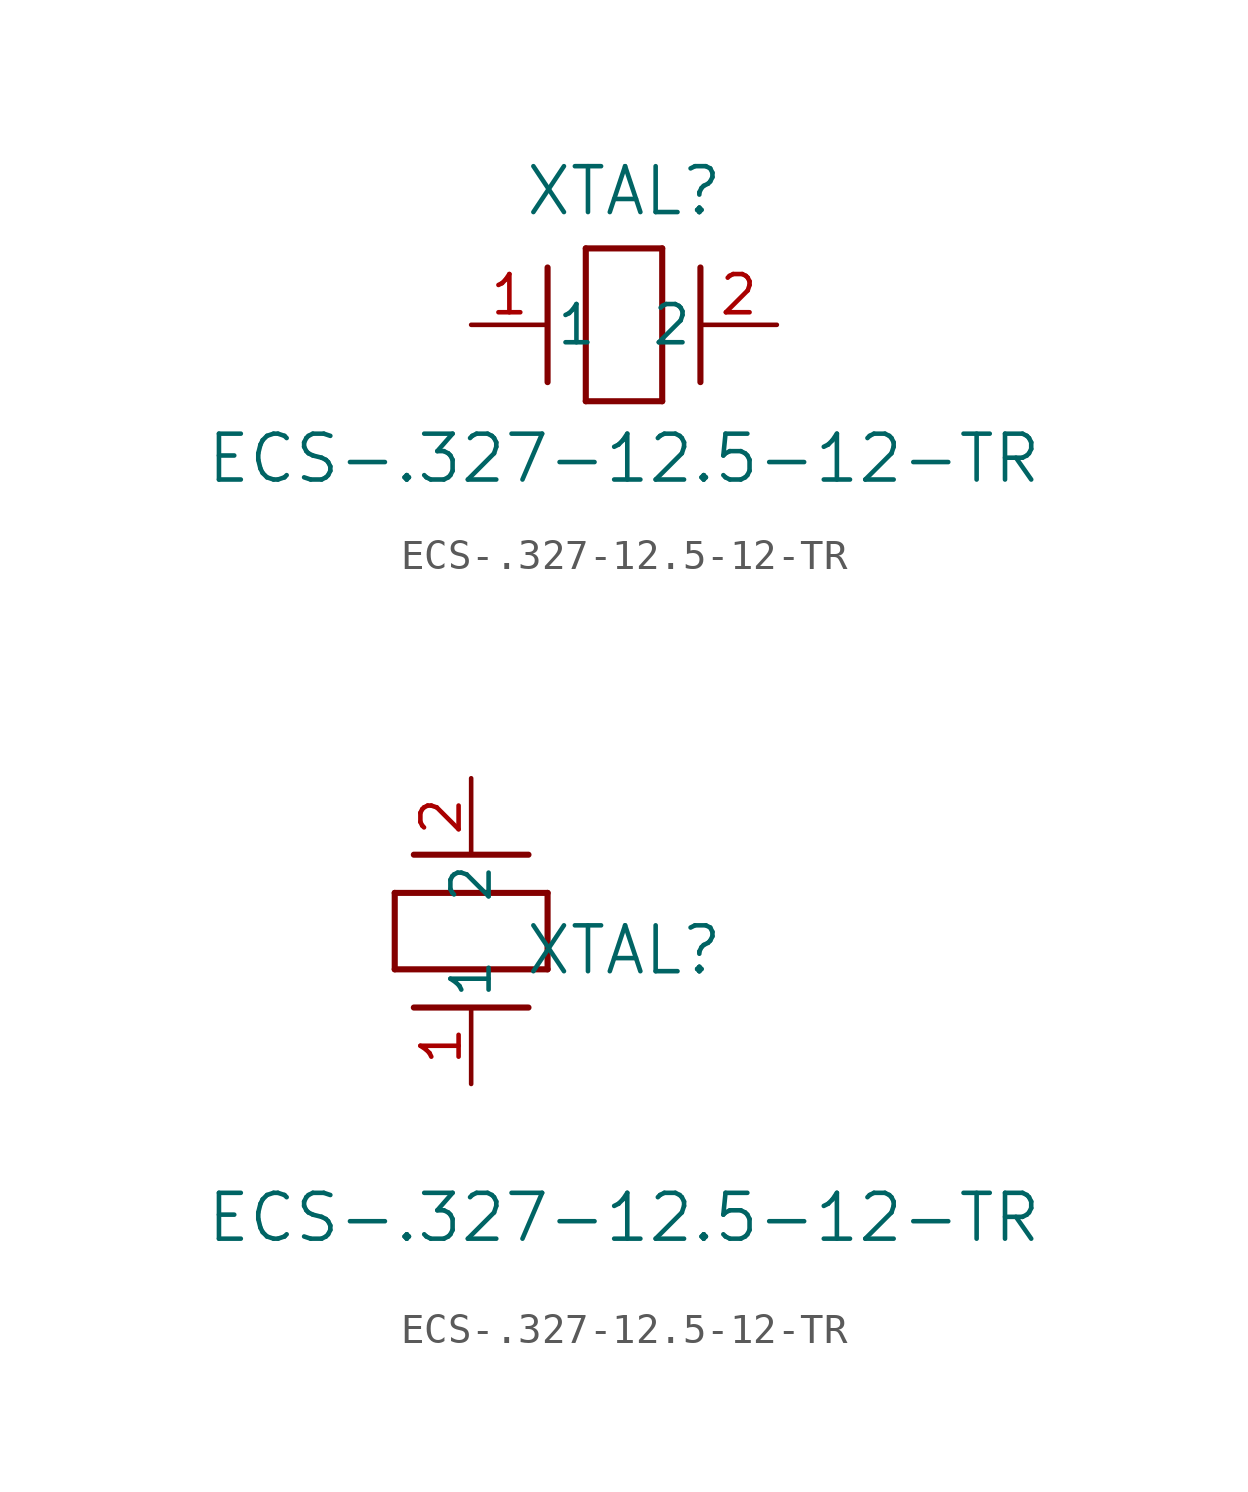
<source format=kicad_sym>
(kicad_symbol_lib
  (version 20211014)
  (generator kicad_symbol_editor)
  (symbol "ECS-.327-12.5-12-TR"
    (pin_names
      (offset 0.254))
    (property "Reference" "XTAL"
      (at 5.08 4.445 0)
      (effects (font (size 1.524 1.524))))
    (property "Value" "ECS-.327-12.5-12-TR"
      (at 5.08 -4.445 0)
      (effects (font (size 1.524 1.524))))
    (symbol "ECS-.327-12.5-12-TR_1_1"
      (polyline (pts (xy 2.54 -1.905) (xy 2.54 1.905)) (stroke (width 0.203) (type default) (color 0 0 0 0)) (fill (type none)))
      (polyline (pts (xy 6.35 2.54) (xy 6.35 -2.54)) (stroke (width 0.203) (type default) (color 0 0 0 0)) (fill (type none)))
      (polyline (pts (xy 7.62 -1.905) (xy 7.62 1.905)) (stroke (width 0.203) (type default) (color 0 0 0 0)) (fill (type none)))
      (polyline (pts (xy 6.35 -2.54) (xy 3.81 -2.54)) (stroke (width 0.203) (type default) (color 0 0 0 0)) (fill (type none)))
      (polyline (pts (xy 3.81 2.54) (xy 6.35 2.54)) (stroke (width 0.203) (type default) (color 0 0 0 0)) (fill (type none)))
      (polyline (pts (xy 3.81 -2.54) (xy 3.81 2.54)) (stroke (width 0.203) (type default) (color 0 0 0 0)) (fill (type none)))
      (pin unspecified line (at 0 0 0) (length 2.54) (name "1" (effects (font (size 1.27 1.27)))) (number "1" (effects (font (size 1.27 1.27)))))
      (pin unspecified line (at 10.16 0 180) (length 2.54) (name "2" (effects (font (size 1.27 1.27)))) (number "2" (effects (font (size 1.27 1.27))))))
    (symbol "ECS-.327-12.5-12-TR_1_2"
      (polyline (pts (xy 1.905 7.62) (xy -1.905 7.62)) (stroke (width 0.203) (type default) (color 0 0 0 0)) (fill (type none)))
      (polyline (pts (xy -2.54 3.81) (xy -2.54 6.35)) (stroke (width 0.203) (type default) (color 0 0 0 0)) (fill (type none)))
      (polyline (pts (xy 1.905 2.54) (xy -1.905 2.54)) (stroke (width 0.203) (type default) (color 0 0 0 0)) (fill (type none)))
      (polyline (pts (xy 2.54 6.35) (xy 2.54 3.81)) (stroke (width 0.203) (type default) (color 0 0 0 0)) (fill (type none)))
      (polyline (pts (xy -2.54 6.35) (xy 2.54 6.35)) (stroke (width 0.203) (type default) (color 0 0 0 0)) (fill (type none)))
      (polyline (pts (xy 2.54 3.81) (xy -2.54 3.81)) (stroke (width 0.203) (type default) (color 0 0 0 0)) (fill (type none)))
      (pin unspecified line (at 0 0 90) (length 2.54) (name "1" (effects (font (size 1.27 1.27)))) (number "1" (effects (font (size 1.27 1.27)))))
      (pin unspecified line (at 0 10.16 270) (length 2.54) (name "2" (effects (font (size 1.27 1.27)))) (number "2" (effects (font (size 1.27 1.27))))))))
</source>
